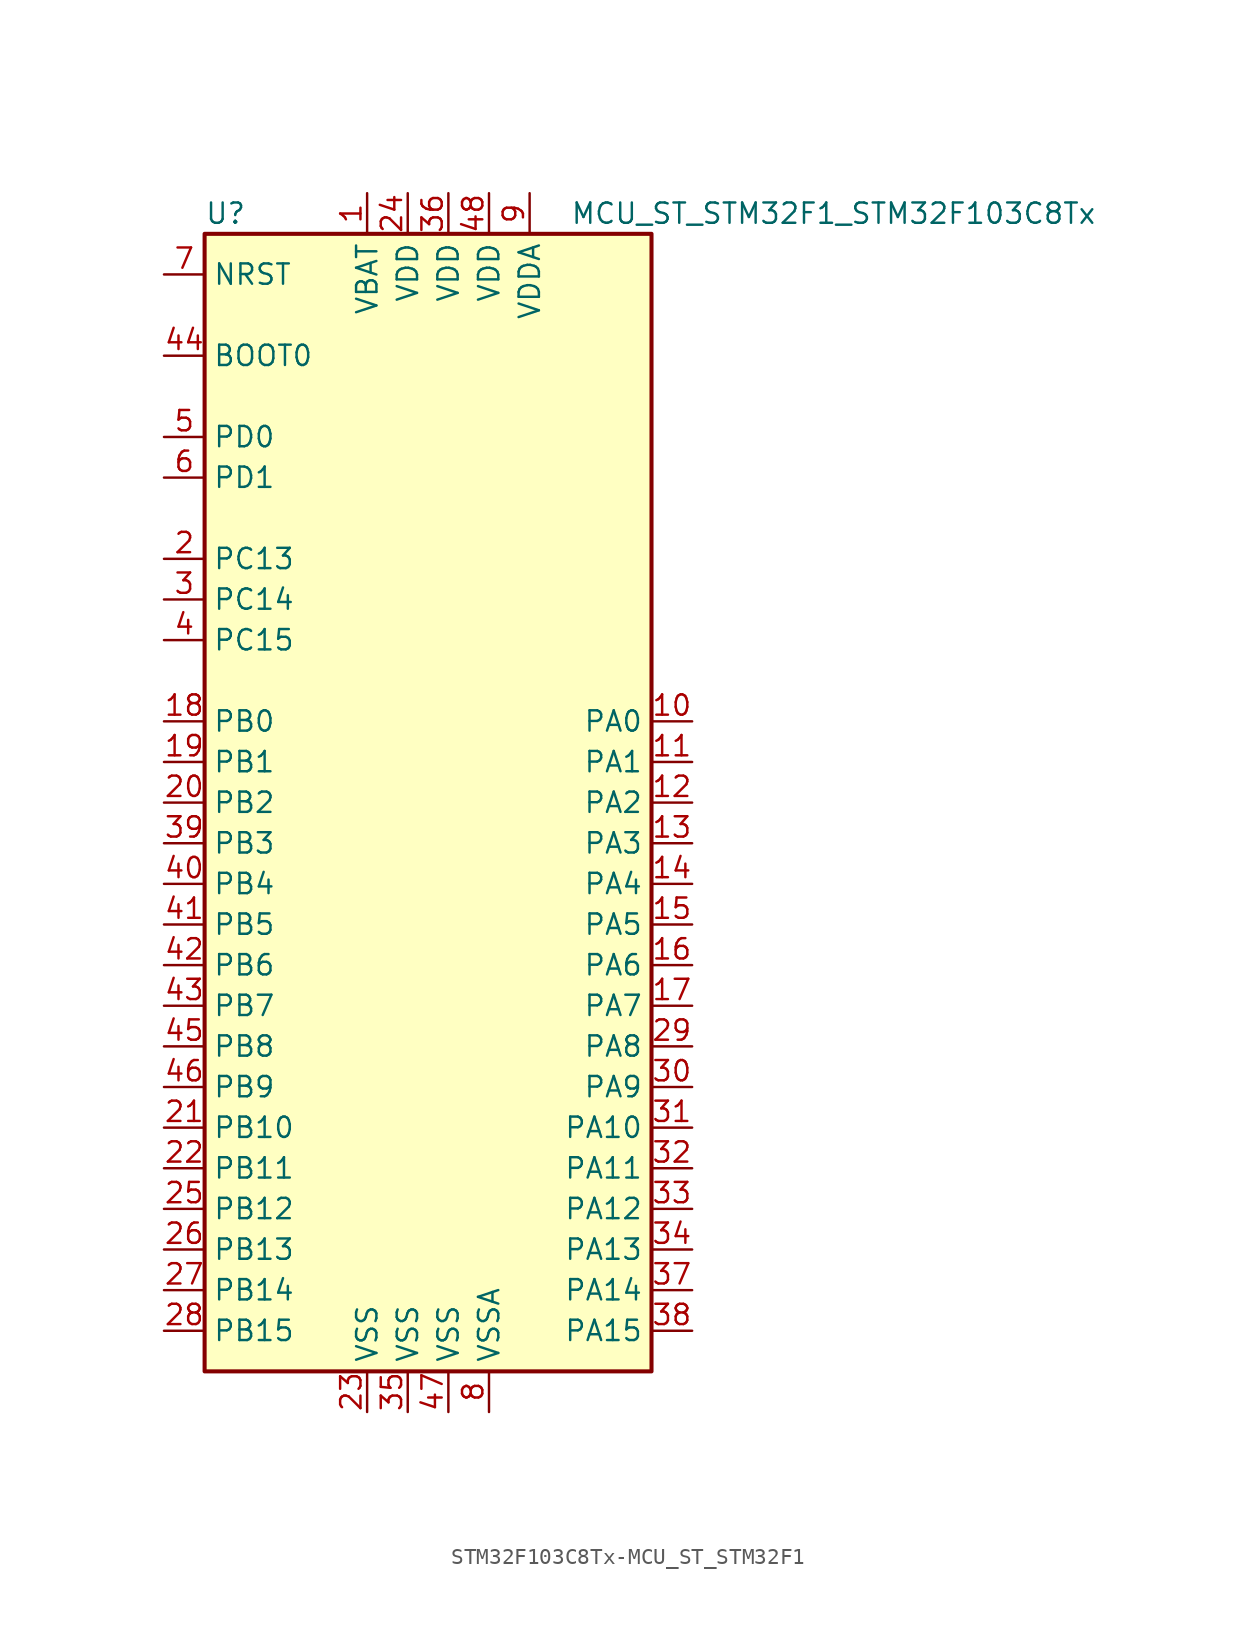
<source format=kicad_sym>
(kicad_symbol_lib
  (version 20220914)
  (generator kicad_symbol_editor)
  (symbol "STM32F103C8Tx-MCU_ST_STM32F1"
    (property "Reference" "U"
      (at -15.24 36.83 0)
      (effects (font (size 1.27 1.27)) (justify left)))
    (property "Value" "MCU_ST_STM32F1_STM32F103C8Tx"
      (at 7.62 36.83 0)
      (effects (font (size 1.27 1.27)) (justify left)))
    (symbol "STM32F103C8Tx-MCU_ST_STM32F1_0_1"
      (rectangle (start -15.24 -35.56) (end 12.7 35.56) (stroke (width 0.254) (type solid)) (fill (type background))))
    (symbol "STM32F103C8Tx-MCU_ST_STM32F1_1_1"
      (pin power_in line (at -5.08 38.1 270) (length 2.54) (name "VBAT" (effects (font (size 1.27 1.27)))) (number "1" (effects (font (size 1.27 1.27)))))
      (pin bidirectional line (at 15.24 5.08 180) (length 2.54) (name "PA0" (effects (font (size 1.27 1.27)))) (number "10" (effects (font (size 1.27 1.27)))))
      (pin bidirectional line (at 15.24 2.54 180) (length 2.54) (name "PA1" (effects (font (size 1.27 1.27)))) (number "11" (effects (font (size 1.27 1.27)))))
      (pin bidirectional line (at 15.24 0 180) (length 2.54) (name "PA2" (effects (font (size 1.27 1.27)))) (number "12" (effects (font (size 1.27 1.27)))))
      (pin bidirectional line (at 15.24 -2.54 180) (length 2.54) (name "PA3" (effects (font (size 1.27 1.27)))) (number "13" (effects (font (size 1.27 1.27)))))
      (pin bidirectional line (at 15.24 -5.08 180) (length 2.54) (name "PA4" (effects (font (size 1.27 1.27)))) (number "14" (effects (font (size 1.27 1.27)))))
      (pin bidirectional line (at 15.24 -7.62 180) (length 2.54) (name "PA5" (effects (font (size 1.27 1.27)))) (number "15" (effects (font (size 1.27 1.27)))))
      (pin bidirectional line (at 15.24 -10.16 180) (length 2.54) (name "PA6" (effects (font (size 1.27 1.27)))) (number "16" (effects (font (size 1.27 1.27)))))
      (pin bidirectional line (at 15.24 -12.7 180) (length 2.54) (name "PA7" (effects (font (size 1.27 1.27)))) (number "17" (effects (font (size 1.27 1.27)))))
      (pin bidirectional line (at -17.78 5.08 0) (length 2.54) (name "PB0" (effects (font (size 1.27 1.27)))) (number "18" (effects (font (size 1.27 1.27)))))
      (pin bidirectional line (at -17.78 2.54 0) (length 2.54) (name "PB1" (effects (font (size 1.27 1.27)))) (number "19" (effects (font (size 1.27 1.27)))))
      (pin bidirectional line (at -17.78 15.24 0) (length 2.54) (name "PC13" (effects (font (size 1.27 1.27)))) (number "2" (effects (font (size 1.27 1.27)))))
      (pin bidirectional line (at -17.78 0 0) (length 2.54) (name "PB2" (effects (font (size 1.27 1.27)))) (number "20" (effects (font (size 1.27 1.27)))))
      (pin bidirectional line (at -17.78 -20.32 0) (length 2.54) (name "PB10" (effects (font (size 1.27 1.27)))) (number "21" (effects (font (size 1.27 1.27)))))
      (pin bidirectional line (at -17.78 -22.86 0) (length 2.54) (name "PB11" (effects (font (size 1.27 1.27)))) (number "22" (effects (font (size 1.27 1.27)))))
      (pin power_in line (at -5.08 -38.1 90) (length 2.54) (name "VSS" (effects (font (size 1.27 1.27)))) (number "23" (effects (font (size 1.27 1.27)))))
      (pin power_in line (at -2.54 38.1 270) (length 2.54) (name "VDD" (effects (font (size 1.27 1.27)))) (number "24" (effects (font (size 1.27 1.27)))))
      (pin bidirectional line (at -17.78 -25.4 0) (length 2.54) (name "PB12" (effects (font (size 1.27 1.27)))) (number "25" (effects (font (size 1.27 1.27)))))
      (pin bidirectional line (at -17.78 -27.94 0) (length 2.54) (name "PB13" (effects (font (size 1.27 1.27)))) (number "26" (effects (font (size 1.27 1.27)))))
      (pin bidirectional line (at -17.78 -30.48 0) (length 2.54) (name "PB14" (effects (font (size 1.27 1.27)))) (number "27" (effects (font (size 1.27 1.27)))))
      (pin bidirectional line (at -17.78 -33.02 0) (length 2.54) (name "PB15" (effects (font (size 1.27 1.27)))) (number "28" (effects (font (size 1.27 1.27)))))
      (pin bidirectional line (at 15.24 -15.24 180) (length 2.54) (name "PA8" (effects (font (size 1.27 1.27)))) (number "29" (effects (font (size 1.27 1.27)))))
      (pin bidirectional line (at -17.78 12.7 0) (length 2.54) (name "PC14" (effects (font (size 1.27 1.27)))) (number "3" (effects (font (size 1.27 1.27)))))
      (pin bidirectional line (at 15.24 -17.78 180) (length 2.54) (name "PA9" (effects (font (size 1.27 1.27)))) (number "30" (effects (font (size 1.27 1.27)))))
      (pin bidirectional line (at 15.24 -20.32 180) (length 2.54) (name "PA10" (effects (font (size 1.27 1.27)))) (number "31" (effects (font (size 1.27 1.27)))))
      (pin bidirectional line (at 15.24 -22.86 180) (length 2.54) (name "PA11" (effects (font (size 1.27 1.27)))) (number "32" (effects (font (size 1.27 1.27)))))
      (pin bidirectional line (at 15.24 -25.4 180) (length 2.54) (name "PA12" (effects (font (size 1.27 1.27)))) (number "33" (effects (font (size 1.27 1.27)))))
      (pin bidirectional line (at 15.24 -27.94 180) (length 2.54) (name "PA13" (effects (font (size 1.27 1.27)))) (number "34" (effects (font (size 1.27 1.27)))))
      (pin power_in line (at -2.54 -38.1 90) (length 2.54) (name "VSS" (effects (font (size 1.27 1.27)))) (number "35" (effects (font (size 1.27 1.27)))))
      (pin power_in line (at 0 38.1 270) (length 2.54) (name "VDD" (effects (font (size 1.27 1.27)))) (number "36" (effects (font (size 1.27 1.27)))))
      (pin bidirectional line (at 15.24 -30.48 180) (length 2.54) (name "PA14" (effects (font (size 1.27 1.27)))) (number "37" (effects (font (size 1.27 1.27)))))
      (pin bidirectional line (at 15.24 -33.02 180) (length 2.54) (name "PA15" (effects (font (size 1.27 1.27)))) (number "38" (effects (font (size 1.27 1.27)))))
      (pin bidirectional line (at -17.78 -2.54 0) (length 2.54) (name "PB3" (effects (font (size 1.27 1.27)))) (number "39" (effects (font (size 1.27 1.27)))))
      (pin bidirectional line (at -17.78 10.16 0) (length 2.54) (name "PC15" (effects (font (size 1.27 1.27)))) (number "4" (effects (font (size 1.27 1.27)))))
      (pin bidirectional line (at -17.78 -5.08 0) (length 2.54) (name "PB4" (effects (font (size 1.27 1.27)))) (number "40" (effects (font (size 1.27 1.27)))))
      (pin bidirectional line (at -17.78 -7.62 0) (length 2.54) (name "PB5" (effects (font (size 1.27 1.27)))) (number "41" (effects (font (size 1.27 1.27)))))
      (pin bidirectional line (at -17.78 -10.16 0) (length 2.54) (name "PB6" (effects (font (size 1.27 1.27)))) (number "42" (effects (font (size 1.27 1.27)))))
      (pin bidirectional line (at -17.78 -12.7 0) (length 2.54) (name "PB7" (effects (font (size 1.27 1.27)))) (number "43" (effects (font (size 1.27 1.27)))))
      (pin input line (at -17.78 27.94 0) (length 2.54) (name "BOOT0" (effects (font (size 1.27 1.27)))) (number "44" (effects (font (size 1.27 1.27)))))
      (pin bidirectional line (at -17.78 -15.24 0) (length 2.54) (name "PB8" (effects (font (size 1.27 1.27)))) (number "45" (effects (font (size 1.27 1.27)))))
      (pin bidirectional line (at -17.78 -17.78 0) (length 2.54) (name "PB9" (effects (font (size 1.27 1.27)))) (number "46" (effects (font (size 1.27 1.27)))))
      (pin power_in line (at 0 -38.1 90) (length 2.54) (name "VSS" (effects (font (size 1.27 1.27)))) (number "47" (effects (font (size 1.27 1.27)))))
      (pin power_in line (at 2.54 38.1 270) (length 2.54) (name "VDD" (effects (font (size 1.27 1.27)))) (number "48" (effects (font (size 1.27 1.27)))))
      (pin input line (at -17.78 22.86 0) (length 2.54) (name "PD0" (effects (font (size 1.27 1.27)))) (number "5" (effects (font (size 1.27 1.27)))))
      (pin input line (at -17.78 20.32 0) (length 2.54) (name "PD1" (effects (font (size 1.27 1.27)))) (number "6" (effects (font (size 1.27 1.27)))))
      (pin input line (at -17.78 33.02 0) (length 2.54) (name "NRST" (effects (font (size 1.27 1.27)))) (number "7" (effects (font (size 1.27 1.27)))))
      (pin power_in line (at 2.54 -38.1 90) (length 2.54) (name "VSSA" (effects (font (size 1.27 1.27)))) (number "8" (effects (font (size 1.27 1.27)))))
      (pin power_in line (at 5.08 38.1 270) (length 2.54) (name "VDDA" (effects (font (size 1.27 1.27)))) (number "9" (effects (font (size 1.27 1.27))))))))
</source>
